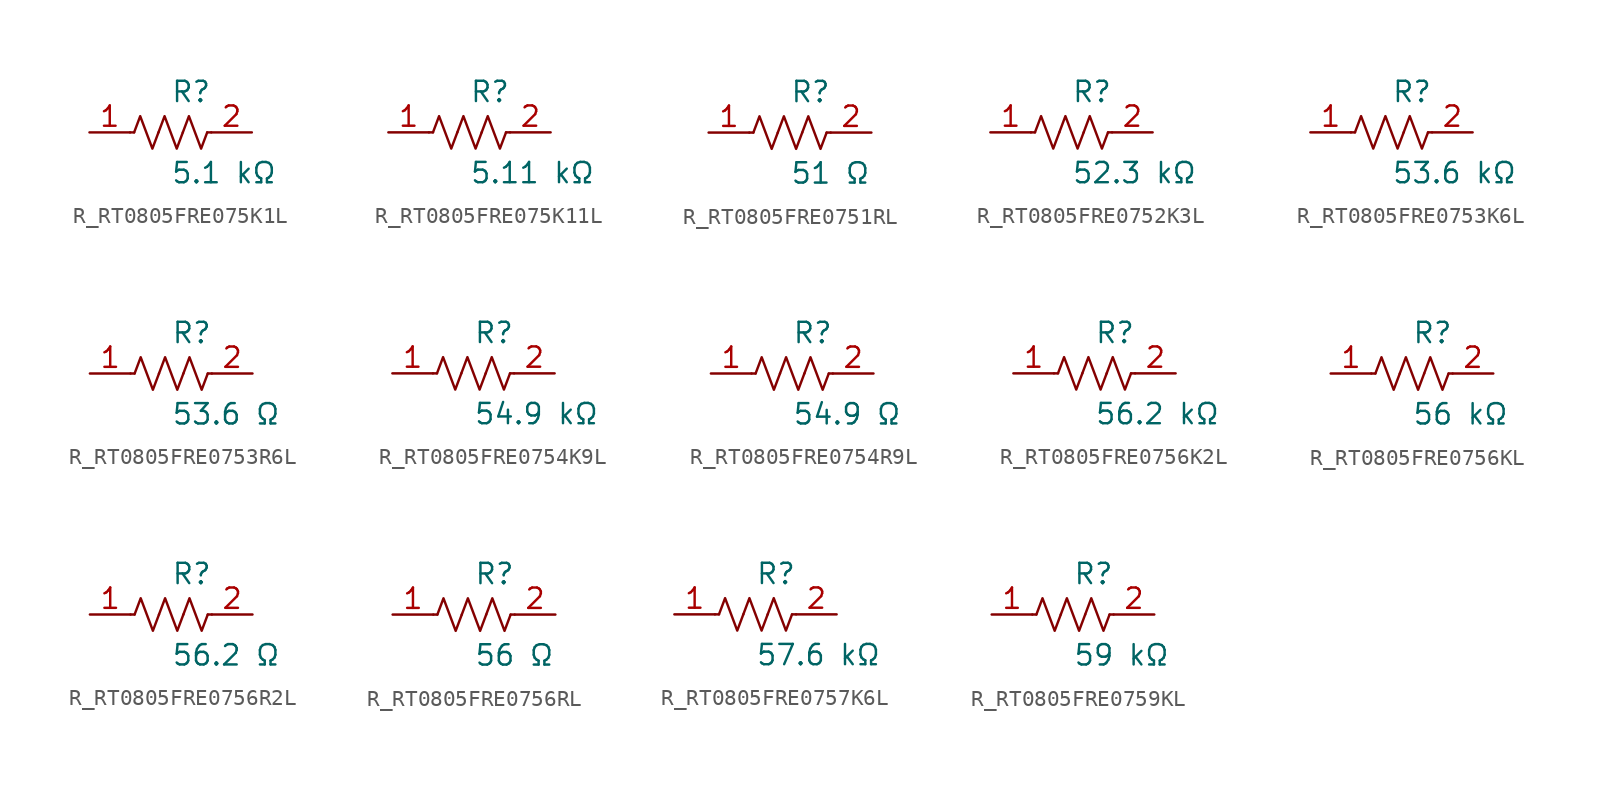
<source format=kicad_sym>
(kicad_symbol_lib
  (version 20231120)
  (generator kicad_symbol_editor)
  (generator_version 8.0)
  (symbol "R_RT0805FRE075K1L"
    (pin_names
      (offset 0.254))
    (property "Reference" "R"
      (at 0 2.54 0)
      (effects (font (size 1.27 1.27)) (justify left)))
    (property "Value" "5.1 kΩ"
      (at 0 -2.54 0)
      (effects (font (size 1.27 1.27)) (justify left)))
    (symbol "R_RT0805FRE075K1L_0_1"
      (polyline (pts (xy 2.286 0) (xy 2.54 0)) (stroke (width 0) (type default)) (fill (type none)))
      (polyline (pts (xy -2.286 0) (xy -2.54 0)) (stroke (width 0) (type default)) (fill (type none)))
      (polyline (pts (xy 0.762 0) (xy 1.143 1.016) (xy 1.524 0) (xy 1.905 -1.016) (xy 2.286 0)) (stroke (width 0) (type default)) (fill (type none)))
      (polyline (pts (xy -0.762 0) (xy -0.381 1.016) (xy 0 0) (xy 0.381 -1.016) (xy 0.762 0)) (stroke (width 0) (type default)) (fill (type none)))
      (polyline (pts (xy -2.286 0) (xy -1.905 1.016) (xy -1.524 0) (xy -1.143 -1.016) (xy -0.762 0)) (stroke (width 0) (type default)) (fill (type none))))
    (pin passive line
      (at -5.08 0 0)
      (length 2.54)
      (name "" (effects (font (size 1.27 1.27))))
      (number "1" (effects (font (size 1.27 1.27)))))
    (pin passive line
      (at 5.08 0 180)
      (length 2.54)
      (name "" (effects (font (size 1.27 1.27))))
      (number "2" (effects (font (size 1.27 1.27))))))
  (symbol "R_RT0805FRE075K11L"
    (pin_names
      (offset 0.254))
    (property "Reference" "R"
      (at 0 2.54 0)
      (effects (font (size 1.27 1.27)) (justify left)))
    (property "Value" "5.11 kΩ"
      (at 0 -2.54 0)
      (effects (font (size 1.27 1.27)) (justify left)))
    (symbol "R_RT0805FRE075K11L_0_1"
      (polyline (pts (xy 2.286 0) (xy 2.54 0)) (stroke (width 0) (type default)) (fill (type none)))
      (polyline (pts (xy -2.286 0) (xy -2.54 0)) (stroke (width 0) (type default)) (fill (type none)))
      (polyline (pts (xy 0.762 0) (xy 1.143 1.016) (xy 1.524 0) (xy 1.905 -1.016) (xy 2.286 0)) (stroke (width 0) (type default)) (fill (type none)))
      (polyline (pts (xy -0.762 0) (xy -0.381 1.016) (xy 0 0) (xy 0.381 -1.016) (xy 0.762 0)) (stroke (width 0) (type default)) (fill (type none)))
      (polyline (pts (xy -2.286 0) (xy -1.905 1.016) (xy -1.524 0) (xy -1.143 -1.016) (xy -0.762 0)) (stroke (width 0) (type default)) (fill (type none))))
    (pin passive line
      (at -5.08 0 0)
      (length 2.54)
      (name "" (effects (font (size 1.27 1.27))))
      (number "1" (effects (font (size 1.27 1.27)))))
    (pin passive line
      (at 5.08 0 180)
      (length 2.54)
      (name "" (effects (font (size 1.27 1.27))))
      (number "2" (effects (font (size 1.27 1.27))))))
  (symbol "R_RT0805FRE0751RL"
    (pin_names
      (offset 0.254))
    (property "Reference" "R"
      (at 0 2.54 0)
      (effects (font (size 1.27 1.27)) (justify left)))
    (property "Value" "51 Ω"
      (at 0 -2.54 0)
      (effects (font (size 1.27 1.27)) (justify left)))
    (symbol "R_RT0805FRE0751RL_0_1"
      (polyline (pts (xy 2.286 0) (xy 2.54 0)) (stroke (width 0) (type default)) (fill (type none)))
      (polyline (pts (xy -2.286 0) (xy -2.54 0)) (stroke (width 0) (type default)) (fill (type none)))
      (polyline (pts (xy 0.762 0) (xy 1.143 1.016) (xy 1.524 0) (xy 1.905 -1.016) (xy 2.286 0)) (stroke (width 0) (type default)) (fill (type none)))
      (polyline (pts (xy -0.762 0) (xy -0.381 1.016) (xy 0 0) (xy 0.381 -1.016) (xy 0.762 0)) (stroke (width 0) (type default)) (fill (type none)))
      (polyline (pts (xy -2.286 0) (xy -1.905 1.016) (xy -1.524 0) (xy -1.143 -1.016) (xy -0.762 0)) (stroke (width 0) (type default)) (fill (type none))))
    (pin passive line
      (at -5.08 0 0)
      (length 2.54)
      (name "" (effects (font (size 1.27 1.27))))
      (number "1" (effects (font (size 1.27 1.27)))))
    (pin passive line
      (at 5.08 0 180)
      (length 2.54)
      (name "" (effects (font (size 1.27 1.27))))
      (number "2" (effects (font (size 1.27 1.27))))))
  (symbol "R_RT0805FRE0752K3L"
    (pin_names
      (offset 0.254))
    (property "Reference" "R"
      (at 0 2.54 0)
      (effects (font (size 1.27 1.27)) (justify left)))
    (property "Value" "52.3 kΩ"
      (at 0 -2.54 0)
      (effects (font (size 1.27 1.27)) (justify left)))
    (symbol "R_RT0805FRE0752K3L_0_1"
      (polyline (pts (xy 2.286 0) (xy 2.54 0)) (stroke (width 0) (type default)) (fill (type none)))
      (polyline (pts (xy -2.286 0) (xy -2.54 0)) (stroke (width 0) (type default)) (fill (type none)))
      (polyline (pts (xy 0.762 0) (xy 1.143 1.016) (xy 1.524 0) (xy 1.905 -1.016) (xy 2.286 0)) (stroke (width 0) (type default)) (fill (type none)))
      (polyline (pts (xy -0.762 0) (xy -0.381 1.016) (xy 0 0) (xy 0.381 -1.016) (xy 0.762 0)) (stroke (width 0) (type default)) (fill (type none)))
      (polyline (pts (xy -2.286 0) (xy -1.905 1.016) (xy -1.524 0) (xy -1.143 -1.016) (xy -0.762 0)) (stroke (width 0) (type default)) (fill (type none))))
    (pin passive line
      (at -5.08 0 0)
      (length 2.54)
      (name "" (effects (font (size 1.27 1.27))))
      (number "1" (effects (font (size 1.27 1.27)))))
    (pin passive line
      (at 5.08 0 180)
      (length 2.54)
      (name "" (effects (font (size 1.27 1.27))))
      (number "2" (effects (font (size 1.27 1.27))))))
  (symbol "R_RT0805FRE0753K6L"
    (pin_names
      (offset 0.254))
    (property "Reference" "R"
      (at 0 2.54 0)
      (effects (font (size 1.27 1.27)) (justify left)))
    (property "Value" "53.6 kΩ"
      (at 0 -2.54 0)
      (effects (font (size 1.27 1.27)) (justify left)))
    (symbol "R_RT0805FRE0753K6L_0_1"
      (polyline (pts (xy 2.286 0) (xy 2.54 0)) (stroke (width 0) (type default)) (fill (type none)))
      (polyline (pts (xy -2.286 0) (xy -2.54 0)) (stroke (width 0) (type default)) (fill (type none)))
      (polyline (pts (xy 0.762 0) (xy 1.143 1.016) (xy 1.524 0) (xy 1.905 -1.016) (xy 2.286 0)) (stroke (width 0) (type default)) (fill (type none)))
      (polyline (pts (xy -0.762 0) (xy -0.381 1.016) (xy 0 0) (xy 0.381 -1.016) (xy 0.762 0)) (stroke (width 0) (type default)) (fill (type none)))
      (polyline (pts (xy -2.286 0) (xy -1.905 1.016) (xy -1.524 0) (xy -1.143 -1.016) (xy -0.762 0)) (stroke (width 0) (type default)) (fill (type none))))
    (pin passive line
      (at -5.08 0 0)
      (length 2.54)
      (name "" (effects (font (size 1.27 1.27))))
      (number "1" (effects (font (size 1.27 1.27)))))
    (pin passive line
      (at 5.08 0 180)
      (length 2.54)
      (name "" (effects (font (size 1.27 1.27))))
      (number "2" (effects (font (size 1.27 1.27))))))
  (symbol "R_RT0805FRE0753R6L"
    (pin_names
      (offset 0.254))
    (property "Reference" "R"
      (at 0 2.54 0)
      (effects (font (size 1.27 1.27)) (justify left)))
    (property "Value" "53.6 Ω"
      (at 0 -2.54 0)
      (effects (font (size 1.27 1.27)) (justify left)))
    (symbol "R_RT0805FRE0753R6L_0_1"
      (polyline (pts (xy 2.286 0) (xy 2.54 0)) (stroke (width 0) (type default)) (fill (type none)))
      (polyline (pts (xy -2.286 0) (xy -2.54 0)) (stroke (width 0) (type default)) (fill (type none)))
      (polyline (pts (xy 0.762 0) (xy 1.143 1.016) (xy 1.524 0) (xy 1.905 -1.016) (xy 2.286 0)) (stroke (width 0) (type default)) (fill (type none)))
      (polyline (pts (xy -0.762 0) (xy -0.381 1.016) (xy 0 0) (xy 0.381 -1.016) (xy 0.762 0)) (stroke (width 0) (type default)) (fill (type none)))
      (polyline (pts (xy -2.286 0) (xy -1.905 1.016) (xy -1.524 0) (xy -1.143 -1.016) (xy -0.762 0)) (stroke (width 0) (type default)) (fill (type none))))
    (pin passive line
      (at -5.08 0 0)
      (length 2.54)
      (name "" (effects (font (size 1.27 1.27))))
      (number "1" (effects (font (size 1.27 1.27)))))
    (pin passive line
      (at 5.08 0 180)
      (length 2.54)
      (name "" (effects (font (size 1.27 1.27))))
      (number "2" (effects (font (size 1.27 1.27))))))
  (symbol "R_RT0805FRE0754K9L"
    (pin_names
      (offset 0.254))
    (property "Reference" "R"
      (at 0 2.54 0)
      (effects (font (size 1.27 1.27)) (justify left)))
    (property "Value" "54.9 kΩ"
      (at 0 -2.54 0)
      (effects (font (size 1.27 1.27)) (justify left)))
    (symbol "R_RT0805FRE0754K9L_0_1"
      (polyline (pts (xy 2.286 0) (xy 2.54 0)) (stroke (width 0) (type default)) (fill (type none)))
      (polyline (pts (xy -2.286 0) (xy -2.54 0)) (stroke (width 0) (type default)) (fill (type none)))
      (polyline (pts (xy 0.762 0) (xy 1.143 1.016) (xy 1.524 0) (xy 1.905 -1.016) (xy 2.286 0)) (stroke (width 0) (type default)) (fill (type none)))
      (polyline (pts (xy -0.762 0) (xy -0.381 1.016) (xy 0 0) (xy 0.381 -1.016) (xy 0.762 0)) (stroke (width 0) (type default)) (fill (type none)))
      (polyline (pts (xy -2.286 0) (xy -1.905 1.016) (xy -1.524 0) (xy -1.143 -1.016) (xy -0.762 0)) (stroke (width 0) (type default)) (fill (type none))))
    (pin passive line
      (at -5.08 0 0)
      (length 2.54)
      (name "" (effects (font (size 1.27 1.27))))
      (number "1" (effects (font (size 1.27 1.27)))))
    (pin passive line
      (at 5.08 0 180)
      (length 2.54)
      (name "" (effects (font (size 1.27 1.27))))
      (number "2" (effects (font (size 1.27 1.27))))))
  (symbol "R_RT0805FRE0754R9L"
    (pin_names
      (offset 0.254))
    (property "Reference" "R"
      (at 0 2.54 0)
      (effects (font (size 1.27 1.27)) (justify left)))
    (property "Value" "54.9 Ω"
      (at 0 -2.54 0)
      (effects (font (size 1.27 1.27)) (justify left)))
    (symbol "R_RT0805FRE0754R9L_0_1"
      (polyline (pts (xy 2.286 0) (xy 2.54 0)) (stroke (width 0) (type default)) (fill (type none)))
      (polyline (pts (xy -2.286 0) (xy -2.54 0)) (stroke (width 0) (type default)) (fill (type none)))
      (polyline (pts (xy 0.762 0) (xy 1.143 1.016) (xy 1.524 0) (xy 1.905 -1.016) (xy 2.286 0)) (stroke (width 0) (type default)) (fill (type none)))
      (polyline (pts (xy -0.762 0) (xy -0.381 1.016) (xy 0 0) (xy 0.381 -1.016) (xy 0.762 0)) (stroke (width 0) (type default)) (fill (type none)))
      (polyline (pts (xy -2.286 0) (xy -1.905 1.016) (xy -1.524 0) (xy -1.143 -1.016) (xy -0.762 0)) (stroke (width 0) (type default)) (fill (type none))))
    (pin passive line
      (at -5.08 0 0)
      (length 2.54)
      (name "" (effects (font (size 1.27 1.27))))
      (number "1" (effects (font (size 1.27 1.27)))))
    (pin passive line
      (at 5.08 0 180)
      (length 2.54)
      (name "" (effects (font (size 1.27 1.27))))
      (number "2" (effects (font (size 1.27 1.27))))))
  (symbol "R_RT0805FRE0756K2L"
    (pin_names
      (offset 0.254))
    (property "Reference" "R"
      (at 0 2.54 0)
      (effects (font (size 1.27 1.27)) (justify left)))
    (property "Value" "56.2 kΩ"
      (at 0 -2.54 0)
      (effects (font (size 1.27 1.27)) (justify left)))
    (symbol "R_RT0805FRE0756K2L_0_1"
      (polyline (pts (xy 2.286 0) (xy 2.54 0)) (stroke (width 0) (type default)) (fill (type none)))
      (polyline (pts (xy -2.286 0) (xy -2.54 0)) (stroke (width 0) (type default)) (fill (type none)))
      (polyline (pts (xy 0.762 0) (xy 1.143 1.016) (xy 1.524 0) (xy 1.905 -1.016) (xy 2.286 0)) (stroke (width 0) (type default)) (fill (type none)))
      (polyline (pts (xy -0.762 0) (xy -0.381 1.016) (xy 0 0) (xy 0.381 -1.016) (xy 0.762 0)) (stroke (width 0) (type default)) (fill (type none)))
      (polyline (pts (xy -2.286 0) (xy -1.905 1.016) (xy -1.524 0) (xy -1.143 -1.016) (xy -0.762 0)) (stroke (width 0) (type default)) (fill (type none))))
    (pin passive line
      (at -5.08 0 0)
      (length 2.54)
      (name "" (effects (font (size 1.27 1.27))))
      (number "1" (effects (font (size 1.27 1.27)))))
    (pin passive line
      (at 5.08 0 180)
      (length 2.54)
      (name "" (effects (font (size 1.27 1.27))))
      (number "2" (effects (font (size 1.27 1.27))))))
  (symbol "R_RT0805FRE0756KL"
    (pin_names
      (offset 0.254))
    (property "Reference" "R"
      (at 0 2.54 0)
      (effects (font (size 1.27 1.27)) (justify left)))
    (property "Value" "56 kΩ"
      (at 0 -2.54 0)
      (effects (font (size 1.27 1.27)) (justify left)))
    (symbol "R_RT0805FRE0756KL_0_1"
      (polyline (pts (xy 2.286 0) (xy 2.54 0)) (stroke (width 0) (type default)) (fill (type none)))
      (polyline (pts (xy -2.286 0) (xy -2.54 0)) (stroke (width 0) (type default)) (fill (type none)))
      (polyline (pts (xy 0.762 0) (xy 1.143 1.016) (xy 1.524 0) (xy 1.905 -1.016) (xy 2.286 0)) (stroke (width 0) (type default)) (fill (type none)))
      (polyline (pts (xy -0.762 0) (xy -0.381 1.016) (xy 0 0) (xy 0.381 -1.016) (xy 0.762 0)) (stroke (width 0) (type default)) (fill (type none)))
      (polyline (pts (xy -2.286 0) (xy -1.905 1.016) (xy -1.524 0) (xy -1.143 -1.016) (xy -0.762 0)) (stroke (width 0) (type default)) (fill (type none))))
    (pin passive line
      (at -5.08 0 0)
      (length 2.54)
      (name "" (effects (font (size 1.27 1.27))))
      (number "1" (effects (font (size 1.27 1.27)))))
    (pin passive line
      (at 5.08 0 180)
      (length 2.54)
      (name "" (effects (font (size 1.27 1.27))))
      (number "2" (effects (font (size 1.27 1.27))))))
  (symbol "R_RT0805FRE0756R2L"
    (pin_names
      (offset 0.254))
    (property "Reference" "R"
      (at 0 2.54 0)
      (effects (font (size 1.27 1.27)) (justify left)))
    (property "Value" "56.2 Ω"
      (at 0 -2.54 0)
      (effects (font (size 1.27 1.27)) (justify left)))
    (symbol "R_RT0805FRE0756R2L_0_1"
      (polyline (pts (xy 2.286 0) (xy 2.54 0)) (stroke (width 0) (type default)) (fill (type none)))
      (polyline (pts (xy -2.286 0) (xy -2.54 0)) (stroke (width 0) (type default)) (fill (type none)))
      (polyline (pts (xy 0.762 0) (xy 1.143 1.016) (xy 1.524 0) (xy 1.905 -1.016) (xy 2.286 0)) (stroke (width 0) (type default)) (fill (type none)))
      (polyline (pts (xy -0.762 0) (xy -0.381 1.016) (xy 0 0) (xy 0.381 -1.016) (xy 0.762 0)) (stroke (width 0) (type default)) (fill (type none)))
      (polyline (pts (xy -2.286 0) (xy -1.905 1.016) (xy -1.524 0) (xy -1.143 -1.016) (xy -0.762 0)) (stroke (width 0) (type default)) (fill (type none))))
    (pin passive line
      (at -5.08 0 0)
      (length 2.54)
      (name "" (effects (font (size 1.27 1.27))))
      (number "1" (effects (font (size 1.27 1.27)))))
    (pin passive line
      (at 5.08 0 180)
      (length 2.54)
      (name "" (effects (font (size 1.27 1.27))))
      (number "2" (effects (font (size 1.27 1.27))))))
  (symbol "R_RT0805FRE0756RL"
    (pin_names
      (offset 0.254))
    (property "Reference" "R"
      (at 0 2.54 0)
      (effects (font (size 1.27 1.27)) (justify left)))
    (property "Value" "56 Ω"
      (at 0 -2.54 0)
      (effects (font (size 1.27 1.27)) (justify left)))
    (symbol "R_RT0805FRE0756RL_0_1"
      (polyline (pts (xy 2.286 0) (xy 2.54 0)) (stroke (width 0) (type default)) (fill (type none)))
      (polyline (pts (xy -2.286 0) (xy -2.54 0)) (stroke (width 0) (type default)) (fill (type none)))
      (polyline (pts (xy 0.762 0) (xy 1.143 1.016) (xy 1.524 0) (xy 1.905 -1.016) (xy 2.286 0)) (stroke (width 0) (type default)) (fill (type none)))
      (polyline (pts (xy -0.762 0) (xy -0.381 1.016) (xy 0 0) (xy 0.381 -1.016) (xy 0.762 0)) (stroke (width 0) (type default)) (fill (type none)))
      (polyline (pts (xy -2.286 0) (xy -1.905 1.016) (xy -1.524 0) (xy -1.143 -1.016) (xy -0.762 0)) (stroke (width 0) (type default)) (fill (type none))))
    (pin passive line
      (at -5.08 0 0)
      (length 2.54)
      (name "" (effects (font (size 1.27 1.27))))
      (number "1" (effects (font (size 1.27 1.27)))))
    (pin passive line
      (at 5.08 0 180)
      (length 2.54)
      (name "" (effects (font (size 1.27 1.27))))
      (number "2" (effects (font (size 1.27 1.27))))))
  (symbol "R_RT0805FRE0757K6L"
    (pin_names
      (offset 0.254))
    (property "Reference" "R"
      (at 0 2.54 0)
      (effects (font (size 1.27 1.27)) (justify left)))
    (property "Value" "57.6 kΩ"
      (at 0 -2.54 0)
      (effects (font (size 1.27 1.27)) (justify left)))
    (symbol "R_RT0805FRE0757K6L_0_1"
      (polyline (pts (xy 2.286 0) (xy 2.54 0)) (stroke (width 0) (type default)) (fill (type none)))
      (polyline (pts (xy -2.286 0) (xy -2.54 0)) (stroke (width 0) (type default)) (fill (type none)))
      (polyline (pts (xy 0.762 0) (xy 1.143 1.016) (xy 1.524 0) (xy 1.905 -1.016) (xy 2.286 0)) (stroke (width 0) (type default)) (fill (type none)))
      (polyline (pts (xy -0.762 0) (xy -0.381 1.016) (xy 0 0) (xy 0.381 -1.016) (xy 0.762 0)) (stroke (width 0) (type default)) (fill (type none)))
      (polyline (pts (xy -2.286 0) (xy -1.905 1.016) (xy -1.524 0) (xy -1.143 -1.016) (xy -0.762 0)) (stroke (width 0) (type default)) (fill (type none))))
    (pin passive line
      (at -5.08 0 0)
      (length 2.54)
      (name "" (effects (font (size 1.27 1.27))))
      (number "1" (effects (font (size 1.27 1.27)))))
    (pin passive line
      (at 5.08 0 180)
      (length 2.54)
      (name "" (effects (font (size 1.27 1.27))))
      (number "2" (effects (font (size 1.27 1.27))))))
  (symbol "R_RT0805FRE0759KL"
    (pin_names
      (offset 0.254))
    (property "Reference" "R"
      (at 0 2.54 0)
      (effects (font (size 1.27 1.27)) (justify left)))
    (property "Value" "59 kΩ"
      (at 0 -2.54 0)
      (effects (font (size 1.27 1.27)) (justify left)))
    (symbol "R_RT0805FRE0759KL_0_1"
      (polyline (pts (xy 2.286 0) (xy 2.54 0)) (stroke (width 0) (type default)) (fill (type none)))
      (polyline (pts (xy -2.286 0) (xy -2.54 0)) (stroke (width 0) (type default)) (fill (type none)))
      (polyline (pts (xy 0.762 0) (xy 1.143 1.016) (xy 1.524 0) (xy 1.905 -1.016) (xy 2.286 0)) (stroke (width 0) (type default)) (fill (type none)))
      (polyline (pts (xy -0.762 0) (xy -0.381 1.016) (xy 0 0) (xy 0.381 -1.016) (xy 0.762 0)) (stroke (width 0) (type default)) (fill (type none)))
      (polyline (pts (xy -2.286 0) (xy -1.905 1.016) (xy -1.524 0) (xy -1.143 -1.016) (xy -0.762 0)) (stroke (width 0) (type default)) (fill (type none))))
    (pin passive line
      (at -5.08 0 0)
      (length 2.54)
      (name "" (effects (font (size 1.27 1.27))))
      (number "1" (effects (font (size 1.27 1.27)))))
    (pin passive line
      (at 5.08 0 180)
      (length 2.54)
      (name "" (effects (font (size 1.27 1.27))))
      (number "2" (effects (font (size 1.27 1.27)))))))
</source>
